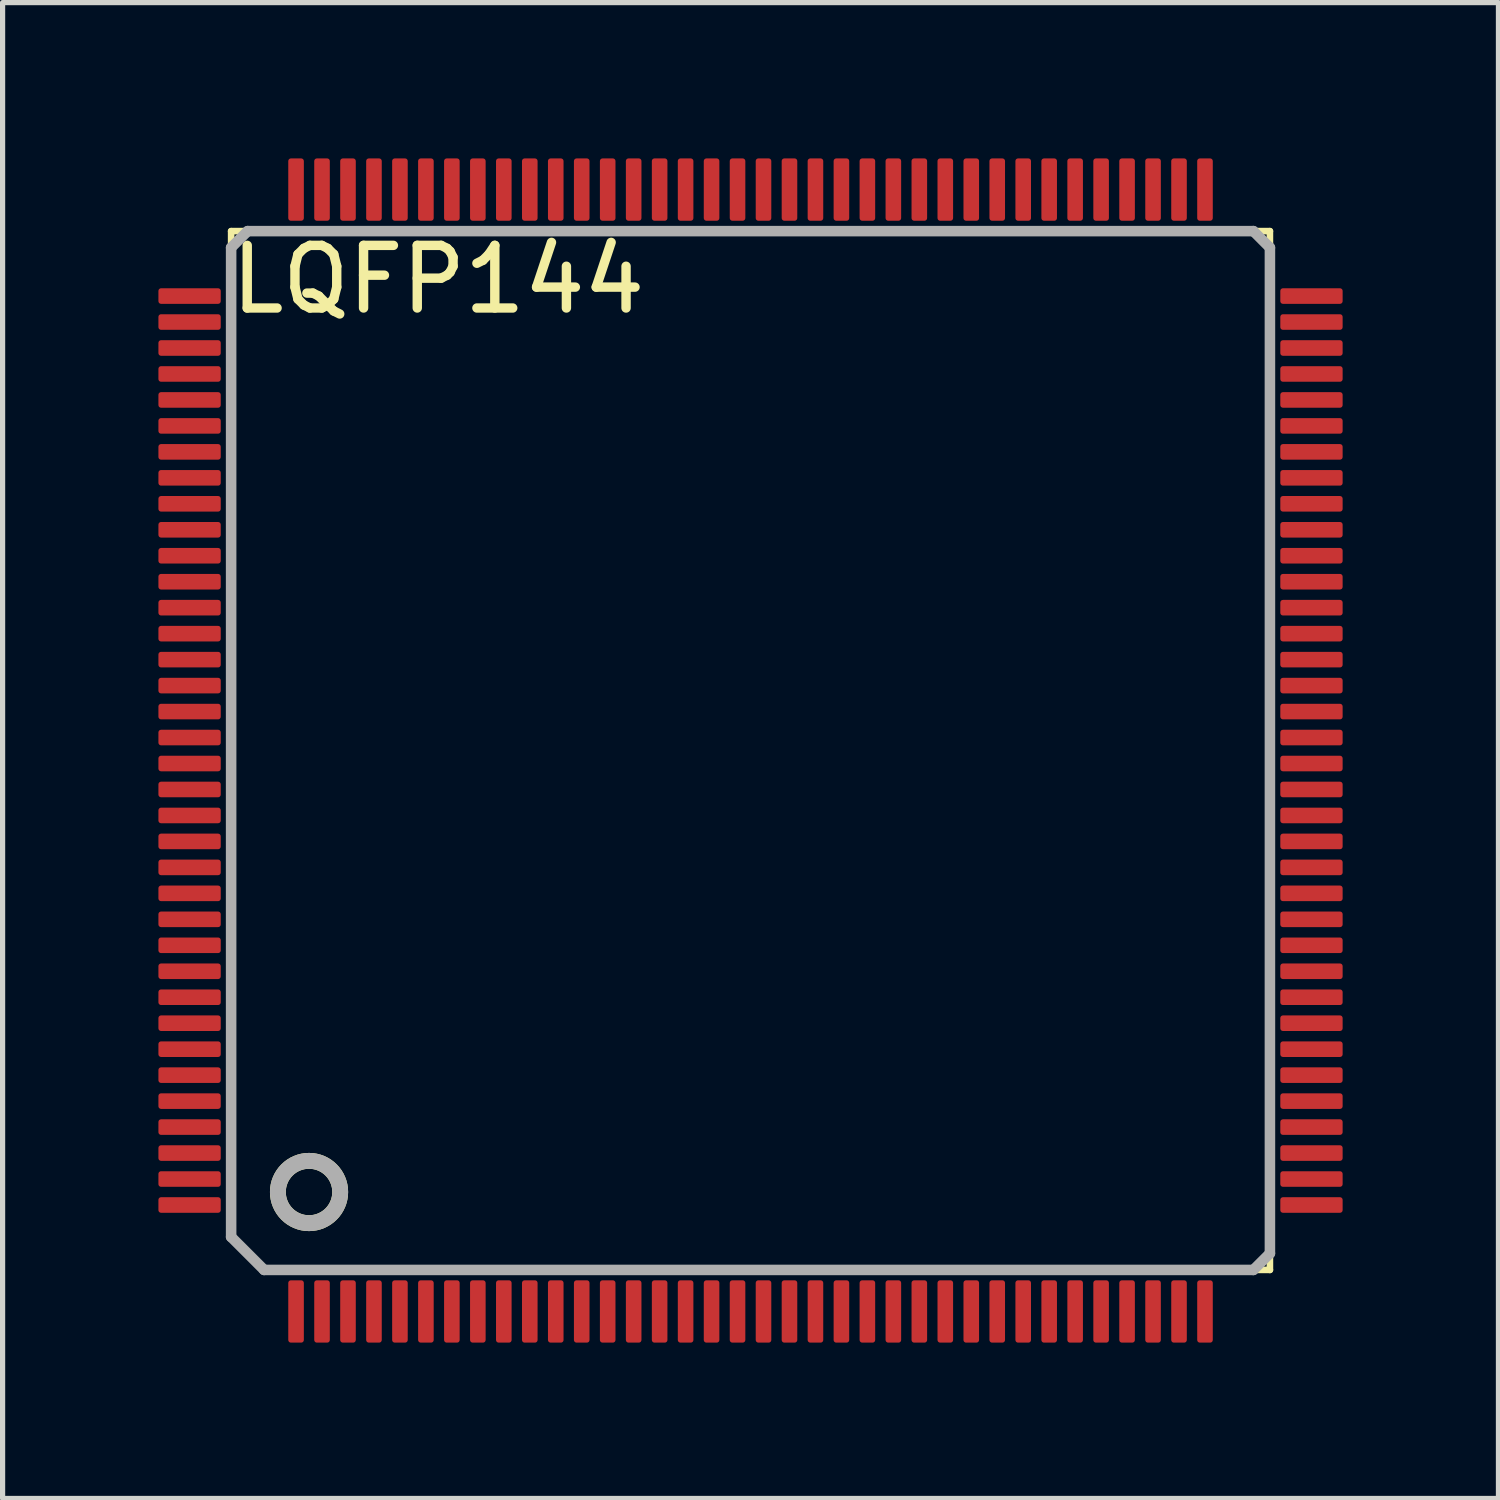
<source format=kicad_pcb>
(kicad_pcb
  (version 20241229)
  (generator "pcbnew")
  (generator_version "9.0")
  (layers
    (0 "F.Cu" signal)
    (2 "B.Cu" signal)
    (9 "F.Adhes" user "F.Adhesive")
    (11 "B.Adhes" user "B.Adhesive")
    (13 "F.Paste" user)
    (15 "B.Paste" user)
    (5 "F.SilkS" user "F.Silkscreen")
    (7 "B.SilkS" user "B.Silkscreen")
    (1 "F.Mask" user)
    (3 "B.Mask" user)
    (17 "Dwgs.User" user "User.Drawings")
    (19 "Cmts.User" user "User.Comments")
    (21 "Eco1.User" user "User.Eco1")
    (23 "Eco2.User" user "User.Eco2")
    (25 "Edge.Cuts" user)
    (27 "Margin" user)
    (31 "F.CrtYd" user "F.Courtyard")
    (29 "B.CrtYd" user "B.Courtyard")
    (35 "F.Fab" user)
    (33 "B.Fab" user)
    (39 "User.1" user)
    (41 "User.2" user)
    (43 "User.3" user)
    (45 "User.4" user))
  (footprint "LQFP144"
    (layer "F.Cu")
    (at 11.4 11.4)
    (property "Reference" "LQFP144" (at -10.096 -8.363 180) (layer "F.SilkS") (effects (font (size 1.206 1.206) (thickness 0.181)) (justify left bottom)))
    (attr through_hole)
    (fp_line (start -10 -10) (end -9 -10) (stroke (width 0.127) (type solid)) (layer "F.SilkS"))
    (fp_line (start -10 -9) (end -10 -10) (stroke (width 0.127) (type solid)) (layer "F.SilkS"))
    (fp_line (start -10 9) (end -10 9.4) (stroke (width 0.127) (type solid)) (layer "F.SilkS"))
    (fp_line (start -10 9.4) (end -9.4 10) (stroke (width 0.127) (type solid)) (layer "F.SilkS"))
    (fp_line (start -9.4 10) (end -9 10) (stroke (width 0.127) (type solid)) (layer "F.SilkS"))
    (fp_line (start 9 10) (end 10 10) (stroke (width 0.127) (type solid)) (layer "F.SilkS"))
    (fp_line (start 10 -10) (end 9 -10) (stroke (width 0.127) (type solid)) (layer "F.SilkS"))
    (fp_line (start 10 -9) (end 10 -10) (stroke (width 0.127) (type solid)) (layer "F.SilkS"))
    (fp_line (start 10 10) (end 10 9.2) (stroke (width 0.127) (type solid)) (layer "F.SilkS"))
    (fp_circle (center -8.5 8.5) (end -7.9 8.5) (stroke (width 0.305) (type solid)) (fill no) (layer "F.SilkS"))
    (fp_line (start -10 -9.682) (end -9.682 -10) (stroke (width 0.203) (type solid)) (layer "F.Fab"))
    (fp_line (start -10 9.365) (end -10 -9.682) (stroke (width 0.203) (type solid)) (layer "F.Fab"))
    (fp_line (start -9.682 -10) (end 9.682 -10) (stroke (width 0.203) (type solid)) (layer "F.Fab"))
    (fp_line (start -9.365 10) (end -10 9.365) (stroke (width 0.203) (type solid)) (layer "F.Fab"))
    (fp_line (start 9.682 -10) (end 10 -9.682) (stroke (width 0.203) (type solid)) (layer "F.Fab"))
    (fp_line (start 9.682 10) (end -9.365 10) (stroke (width 0.203) (type solid)) (layer "F.Fab"))
    (fp_line (start 10 -9.682) (end 10 9.682) (stroke (width 0.203) (type solid)) (layer "F.Fab"))
    (fp_line (start 10 9.682) (end 9.682 10) (stroke (width 0.203) (type solid)) (layer "F.Fab"))
    (fp_circle (center -8.5 8.5) (end -7.9 8.5) (stroke (width 0.305) (type solid)) (fill no) (layer "F.Fab"))
    (pad "1" smd roundrect (at -8.75 10.8) (size 0.3 1.2) (layers "F.Cu" "F.Mask" "F.Paste") (roundrect_rratio 0.169))
    (pad "2" smd roundrect (at -8.25 10.8) (size 0.3 1.2) (layers "F.Cu" "F.Mask" "F.Paste") (roundrect_rratio 0.169))
    (pad "3" smd roundrect (at -7.75 10.8) (size 0.3 1.2) (layers "F.Cu" "F.Mask" "F.Paste") (roundrect_rratio 0.169))
    (pad "4" smd roundrect (at -7.25 10.8) (size 0.3 1.2) (layers "F.Cu" "F.Mask" "F.Paste") (roundrect_rratio 0.169))
    (pad "5" smd roundrect (at -6.75 10.8) (size 0.3 1.2) (layers "F.Cu" "F.Mask" "F.Paste") (roundrect_rratio 0.169))
    (pad "6" smd roundrect (at -6.25 10.8) (size 0.3 1.2) (layers "F.Cu" "F.Mask" "F.Paste") (roundrect_rratio 0.169))
    (pad "7" smd roundrect (at -5.75 10.8) (size 0.3 1.2) (layers "F.Cu" "F.Mask" "F.Paste") (roundrect_rratio 0.169))
    (pad "8" smd roundrect (at -5.25 10.8) (size 0.3 1.2) (layers "F.Cu" "F.Mask" "F.Paste") (roundrect_rratio 0.169))
    (pad "9" smd roundrect (at -4.75 10.8) (size 0.3 1.2) (layers "F.Cu" "F.Mask" "F.Paste") (roundrect_rratio 0.169))
    (pad "10" smd roundrect (at -4.25 10.8) (size 0.3 1.2) (layers "F.Cu" "F.Mask" "F.Paste") (roundrect_rratio 0.169))
    (pad "11" smd roundrect (at -3.75 10.8) (size 0.3 1.2) (layers "F.Cu" "F.Mask" "F.Paste") (roundrect_rratio 0.169))
    (pad "12" smd roundrect (at -3.25 10.8) (size 0.3 1.2) (layers "F.Cu" "F.Mask" "F.Paste") (roundrect_rratio 0.169))
    (pad "13" smd roundrect (at -2.75 10.8) (size 0.3 1.2) (layers "F.Cu" "F.Mask" "F.Paste") (roundrect_rratio 0.169))
    (pad "14" smd roundrect (at -2.25 10.8) (size 0.3 1.2) (layers "F.Cu" "F.Mask" "F.Paste") (roundrect_rratio 0.169))
    (pad "15" smd roundrect (at -1.75 10.8) (size 0.3 1.2) (layers "F.Cu" "F.Mask" "F.Paste") (roundrect_rratio 0.169))
    (pad "16" smd roundrect (at -1.25 10.8) (size 0.3 1.2) (layers "F.Cu" "F.Mask" "F.Paste") (roundrect_rratio 0.169))
    (pad "17" smd roundrect (at -0.75 10.8) (size 0.3 1.2) (layers "F.Cu" "F.Mask" "F.Paste") (roundrect_rratio 0.169))
    (pad "18" smd roundrect (at -0.25 10.8) (size 0.3 1.2) (layers "F.Cu" "F.Mask" "F.Paste") (roundrect_rratio 0.169))
    (pad "19" smd roundrect (at 0.25 10.8) (size 0.3 1.2) (layers "F.Cu" "F.Mask" "F.Paste") (roundrect_rratio 0.169))
    (pad "20" smd roundrect (at 0.75 10.8) (size 0.3 1.2) (layers "F.Cu" "F.Mask" "F.Paste") (roundrect_rratio 0.169))
    (pad "21" smd roundrect (at 1.25 10.8) (size 0.3 1.2) (layers "F.Cu" "F.Mask" "F.Paste") (roundrect_rratio 0.169))
    (pad "22" smd roundrect (at 1.75 10.8) (size 0.3 1.2) (layers "F.Cu" "F.Mask" "F.Paste") (roundrect_rratio 0.169))
    (pad "23" smd roundrect (at 2.25 10.8) (size 0.3 1.2) (layers "F.Cu" "F.Mask" "F.Paste") (roundrect_rratio 0.169))
    (pad "24" smd roundrect (at 2.75 10.8) (size 0.3 1.2) (layers "F.Cu" "F.Mask" "F.Paste") (roundrect_rratio 0.169))
    (pad "25" smd roundrect (at 3.25 10.8) (size 0.3 1.2) (layers "F.Cu" "F.Mask" "F.Paste") (roundrect_rratio 0.169))
    (pad "26" smd roundrect (at 3.75 10.8) (size 0.3 1.2) (layers "F.Cu" "F.Mask" "F.Paste") (roundrect_rratio 0.169))
    (pad "27" smd roundrect (at 4.25 10.8) (size 0.3 1.2) (layers "F.Cu" "F.Mask" "F.Paste") (roundrect_rratio 0.169))
    (pad "28" smd roundrect (at 4.75 10.8) (size 0.3 1.2) (layers "F.Cu" "F.Mask" "F.Paste") (roundrect_rratio 0.169))
    (pad "29" smd roundrect (at 5.25 10.8) (size 0.3 1.2) (layers "F.Cu" "F.Mask" "F.Paste") (roundrect_rratio 0.169))
    (pad "30" smd roundrect (at 5.75 10.8) (size 0.3 1.2) (layers "F.Cu" "F.Mask" "F.Paste") (roundrect_rratio 0.169))
    (pad "31" smd roundrect (at 6.25 10.8) (size 0.3 1.2) (layers "F.Cu" "F.Mask" "F.Paste") (roundrect_rratio 0.169))
    (pad "32" smd roundrect (at 6.75 10.8) (size 0.3 1.2) (layers "F.Cu" "F.Mask" "F.Paste") (roundrect_rratio 0.169))
    (pad "33" smd roundrect (at 7.25 10.8) (size 0.3 1.2) (layers "F.Cu" "F.Mask" "F.Paste") (roundrect_rratio 0.169))
    (pad "34" smd roundrect (at 7.75 10.8) (size 0.3 1.2) (layers "F.Cu" "F.Mask" "F.Paste") (roundrect_rratio 0.169))
    (pad "35" smd roundrect (at 8.25 10.8) (size 0.3 1.2) (layers "F.Cu" "F.Mask" "F.Paste") (roundrect_rratio 0.169))
    (pad "36" smd roundrect (at 8.75 10.8) (size 0.3 1.2) (layers "F.Cu" "F.Mask" "F.Paste") (roundrect_rratio 0.169))
    (pad "37" smd roundrect (at 10.8 8.75) (size 1.2 0.3) (layers "F.Cu" "F.Mask" "F.Paste") (roundrect_rratio 0.169))
    (pad "38" smd roundrect (at 10.8 8.25) (size 1.2 0.3) (layers "F.Cu" "F.Mask" "F.Paste") (roundrect_rratio 0.169))
    (pad "39" smd roundrect (at 10.8 7.75) (size 1.2 0.3) (layers "F.Cu" "F.Mask" "F.Paste") (roundrect_rratio 0.169))
    (pad "40" smd roundrect (at 10.8 7.25) (size 1.2 0.3) (layers "F.Cu" "F.Mask" "F.Paste") (roundrect_rratio 0.169))
    (pad "41" smd roundrect (at 10.8 6.75) (size 1.2 0.3) (layers "F.Cu" "F.Mask" "F.Paste") (roundrect_rratio 0.169))
    (pad "42" smd roundrect (at 10.8 6.25) (size 1.2 0.3) (layers "F.Cu" "F.Mask" "F.Paste") (roundrect_rratio 0.169))
    (pad "43" smd roundrect (at 10.8 5.75) (size 1.2 0.3) (layers "F.Cu" "F.Mask" "F.Paste") (roundrect_rratio 0.169))
    (pad "44" smd roundrect (at 10.8 5.25) (size 1.2 0.3) (layers "F.Cu" "F.Mask" "F.Paste") (roundrect_rratio 0.169))
    (pad "45" smd roundrect (at 10.8 4.75) (size 1.2 0.3) (layers "F.Cu" "F.Mask" "F.Paste") (roundrect_rratio 0.169))
    (pad "46" smd roundrect (at 10.8 4.25) (size 1.2 0.3) (layers "F.Cu" "F.Mask" "F.Paste") (roundrect_rratio 0.169))
    (pad "47" smd roundrect (at 10.8 3.75) (size 1.2 0.3) (layers "F.Cu" "F.Mask" "F.Paste") (roundrect_rratio 0.169))
    (pad "48" smd roundrect (at 10.8 3.25) (size 1.2 0.3) (layers "F.Cu" "F.Mask" "F.Paste") (roundrect_rratio 0.169))
    (pad "49" smd roundrect (at 10.8 2.75) (size 1.2 0.3) (layers "F.Cu" "F.Mask" "F.Paste") (roundrect_rratio 0.169))
    (pad "50" smd roundrect (at 10.8 2.25) (size 1.2 0.3) (layers "F.Cu" "F.Mask" "F.Paste") (roundrect_rratio 0.169))
    (pad "51" smd roundrect (at 10.8 1.75) (size 1.2 0.3) (layers "F.Cu" "F.Mask" "F.Paste") (roundrect_rratio 0.169))
    (pad "52" smd roundrect (at 10.8 1.25) (size 1.2 0.3) (layers "F.Cu" "F.Mask" "F.Paste") (roundrect_rratio 0.169))
    (pad "53" smd roundrect (at 10.8 0.75) (size 1.2 0.3) (layers "F.Cu" "F.Mask" "F.Paste") (roundrect_rratio 0.169))
    (pad "54" smd roundrect (at 10.8 0.25) (size 1.2 0.3) (layers "F.Cu" "F.Mask" "F.Paste") (roundrect_rratio 0.169))
    (pad "55" smd roundrect (at 10.8 -0.25) (size 1.2 0.3) (layers "F.Cu" "F.Mask" "F.Paste") (roundrect_rratio 0.169))
    (pad "56" smd roundrect (at 10.8 -0.75) (size 1.2 0.3) (layers "F.Cu" "F.Mask" "F.Paste") (roundrect_rratio 0.169))
    (pad "57" smd roundrect (at 10.8 -1.25) (size 1.2 0.3) (layers "F.Cu" "F.Mask" "F.Paste") (roundrect_rratio 0.169))
    (pad "58" smd roundrect (at 10.8 -1.75) (size 1.2 0.3) (layers "F.Cu" "F.Mask" "F.Paste") (roundrect_rratio 0.169))
    (pad "59" smd roundrect (at 10.8 -2.25) (size 1.2 0.3) (layers "F.Cu" "F.Mask" "F.Paste") (roundrect_rratio 0.169))
    (pad "60" smd roundrect (at 10.8 -2.75) (size 1.2 0.3) (layers "F.Cu" "F.Mask" "F.Paste") (roundrect_rratio 0.169))
    (pad "61" smd roundrect (at 10.8 -3.25) (size 1.2 0.3) (layers "F.Cu" "F.Mask" "F.Paste") (roundrect_rratio 0.169))
    (pad "62" smd roundrect (at 10.8 -3.75) (size 1.2 0.3) (layers "F.Cu" "F.Mask" "F.Paste") (roundrect_rratio 0.169))
    (pad "63" smd roundrect (at 10.8 -4.25) (size 1.2 0.3) (layers "F.Cu" "F.Mask" "F.Paste") (roundrect_rratio 0.169))
    (pad "64" smd roundrect (at 10.8 -4.75) (size 1.2 0.3) (layers "F.Cu" "F.Mask" "F.Paste") (roundrect_rratio 0.169))
    (pad "65" smd roundrect (at 10.8 -5.25) (size 1.2 0.3) (layers "F.Cu" "F.Mask" "F.Paste") (roundrect_rratio 0.169))
    (pad "66" smd roundrect (at 10.8 -5.75) (size 1.2 0.3) (layers "F.Cu" "F.Mask" "F.Paste") (roundrect_rratio 0.169))
    (pad "67" smd roundrect (at 10.8 -6.25) (size 1.2 0.3) (layers "F.Cu" "F.Mask" "F.Paste") (roundrect_rratio 0.169))
    (pad "68" smd roundrect (at 10.8 -6.75) (size 1.2 0.3) (layers "F.Cu" "F.Mask" "F.Paste") (roundrect_rratio 0.169))
    (pad "69" smd roundrect (at 10.8 -7.25) (size 1.2 0.3) (layers "F.Cu" "F.Mask" "F.Paste") (roundrect_rratio 0.169))
    (pad "70" smd roundrect (at 10.8 -7.75) (size 1.2 0.3) (layers "F.Cu" "F.Mask" "F.Paste") (roundrect_rratio 0.169))
    (pad "71" smd roundrect (at 10.8 -8.25) (size 1.2 0.3) (layers "F.Cu" "F.Mask" "F.Paste") (roundrect_rratio 0.169))
    (pad "72" smd roundrect (at 10.8 -8.75) (size 1.2 0.3) (layers "F.Cu" "F.Mask" "F.Paste") (roundrect_rratio 0.169))
    (pad "73" smd roundrect (at 8.75 -10.8) (size 0.3 1.2) (layers "F.Cu" "F.Mask" "F.Paste") (roundrect_rratio 0.169))
    (pad "74" smd roundrect (at 8.25 -10.8) (size 0.3 1.2) (layers "F.Cu" "F.Mask" "F.Paste") (roundrect_rratio 0.169))
    (pad "75" smd roundrect (at 7.75 -10.8) (size 0.3 1.2) (layers "F.Cu" "F.Mask" "F.Paste") (roundrect_rratio 0.169))
    (pad "76" smd roundrect (at 7.25 -10.8) (size 0.3 1.2) (layers "F.Cu" "F.Mask" "F.Paste") (roundrect_rratio 0.169))
    (pad "77" smd roundrect (at 6.75 -10.8) (size 0.3 1.2) (layers "F.Cu" "F.Mask" "F.Paste") (roundrect_rratio 0.169))
    (pad "78" smd roundrect (at 6.25 -10.8) (size 0.3 1.2) (layers "F.Cu" "F.Mask" "F.Paste") (roundrect_rratio 0.169))
    (pad "79" smd roundrect (at 5.75 -10.8) (size 0.3 1.2) (layers "F.Cu" "F.Mask" "F.Paste") (roundrect_rratio 0.169))
    (pad "80" smd roundrect (at 5.25 -10.8) (size 0.3 1.2) (layers "F.Cu" "F.Mask" "F.Paste") (roundrect_rratio 0.169))
    (pad "81" smd roundrect (at 4.75 -10.8) (size 0.3 1.2) (layers "F.Cu" "F.Mask" "F.Paste") (roundrect_rratio 0.169))
    (pad "82" smd roundrect (at 4.25 -10.8) (size 0.3 1.2) (layers "F.Cu" "F.Mask" "F.Paste") (roundrect_rratio 0.169))
    (pad "83" smd roundrect (at 3.75 -10.8) (size 0.3 1.2) (layers "F.Cu" "F.Mask" "F.Paste") (roundrect_rratio 0.169))
    (pad "84" smd roundrect (at 3.25 -10.8) (size 0.3 1.2) (layers "F.Cu" "F.Mask" "F.Paste") (roundrect_rratio 0.169))
    (pad "85" smd roundrect (at 2.75 -10.8) (size 0.3 1.2) (layers "F.Cu" "F.Mask" "F.Paste") (roundrect_rratio 0.169))
    (pad "86" smd roundrect (at 2.25 -10.8) (size 0.3 1.2) (layers "F.Cu" "F.Mask" "F.Paste") (roundrect_rratio 0.169))
    (pad "87" smd roundrect (at 1.75 -10.8) (size 0.3 1.2) (layers "F.Cu" "F.Mask" "F.Paste") (roundrect_rratio 0.169))
    (pad "88" smd roundrect (at 1.25 -10.8) (size 0.3 1.2) (layers "F.Cu" "F.Mask" "F.Paste") (roundrect_rratio 0.169))
    (pad "89" smd roundrect (at 0.75 -10.8) (size 0.3 1.2) (layers "F.Cu" "F.Mask" "F.Paste") (roundrect_rratio 0.169))
    (pad "90" smd roundrect (at 0.25 -10.8) (size 0.3 1.2) (layers "F.Cu" "F.Mask" "F.Paste") (roundrect_rratio 0.169))
    (pad "91" smd roundrect (at -0.25 -10.8) (size 0.3 1.2) (layers "F.Cu" "F.Mask" "F.Paste") (roundrect_rratio 0.169))
    (pad "92" smd roundrect (at -0.75 -10.8) (size 0.3 1.2) (layers "F.Cu" "F.Mask" "F.Paste") (roundrect_rratio 0.169))
    (pad "93" smd roundrect (at -1.25 -10.8) (size 0.3 1.2) (layers "F.Cu" "F.Mask" "F.Paste") (roundrect_rratio 0.169))
    (pad "94" smd roundrect (at -1.75 -10.8) (size 0.3 1.2) (layers "F.Cu" "F.Mask" "F.Paste") (roundrect_rratio 0.169))
    (pad "95" smd roundrect (at -2.25 -10.8) (size 0.3 1.2) (layers "F.Cu" "F.Mask" "F.Paste") (roundrect_rratio 0.169))
    (pad "96" smd roundrect (at -2.75 -10.8) (size 0.3 1.2) (layers "F.Cu" "F.Mask" "F.Paste") (roundrect_rratio 0.169))
    (pad "97" smd roundrect (at -3.25 -10.8) (size 0.3 1.2) (layers "F.Cu" "F.Mask" "F.Paste") (roundrect_rratio 0.169))
    (pad "98" smd roundrect (at -3.75 -10.8) (size 0.3 1.2) (layers "F.Cu" "F.Mask" "F.Paste") (roundrect_rratio 0.169))
    (pad "99" smd roundrect (at -4.25 -10.8) (size 0.3 1.2) (layers "F.Cu" "F.Mask" "F.Paste") (roundrect_rratio 0.169))
    (pad "100" smd roundrect (at -4.75 -10.8) (size 0.3 1.2) (layers "F.Cu" "F.Mask" "F.Paste") (roundrect_rratio 0.169))
    (pad "101" smd roundrect (at -5.25 -10.8) (size 0.3 1.2) (layers "F.Cu" "F.Mask" "F.Paste") (roundrect_rratio 0.169))
    (pad "102" smd roundrect (at -5.75 -10.8) (size 0.3 1.2) (layers "F.Cu" "F.Mask" "F.Paste") (roundrect_rratio 0.169))
    (pad "103" smd roundrect (at -6.25 -10.8) (size 0.3 1.2) (layers "F.Cu" "F.Mask" "F.Paste") (roundrect_rratio 0.169))
    (pad "104" smd roundrect (at -6.75 -10.8) (size 0.3 1.2) (layers "F.Cu" "F.Mask" "F.Paste") (roundrect_rratio 0.169))
    (pad "105" smd roundrect (at -7.25 -10.8) (size 0.3 1.2) (layers "F.Cu" "F.Mask" "F.Paste") (roundrect_rratio 0.169))
    (pad "106" smd roundrect (at -7.75 -10.8) (size 0.3 1.2) (layers "F.Cu" "F.Mask" "F.Paste") (roundrect_rratio 0.169))
    (pad "107" smd roundrect (at -8.25 -10.8) (size 0.3 1.2) (layers "F.Cu" "F.Mask" "F.Paste") (roundrect_rratio 0.169))
    (pad "108" smd roundrect (at -8.75 -10.8) (size 0.3 1.2) (layers "F.Cu" "F.Mask" "F.Paste") (roundrect_rratio 0.169))
    (pad "109" smd roundrect (at -10.8 -8.75) (size 1.2 0.3) (layers "F.Cu" "F.Mask" "F.Paste") (roundrect_rratio 0.169))
    (pad "110" smd roundrect (at -10.8 -8.25) (size 1.2 0.3) (layers "F.Cu" "F.Mask" "F.Paste") (roundrect_rratio 0.169))
    (pad "111" smd roundrect (at -10.8 -7.75) (size 1.2 0.3) (layers "F.Cu" "F.Mask" "F.Paste") (roundrect_rratio 0.169))
    (pad "112" smd roundrect (at -10.8 -7.25) (size 1.2 0.3) (layers "F.Cu" "F.Mask" "F.Paste") (roundrect_rratio 0.169))
    (pad "113" smd roundrect (at -10.8 -6.75) (size 1.2 0.3) (layers "F.Cu" "F.Mask" "F.Paste") (roundrect_rratio 0.169))
    (pad "114" smd roundrect (at -10.8 -6.25) (size 1.2 0.3) (layers "F.Cu" "F.Mask" "F.Paste") (roundrect_rratio 0.169))
    (pad "115" smd roundrect (at -10.8 -5.75) (size 1.2 0.3) (layers "F.Cu" "F.Mask" "F.Paste") (roundrect_rratio 0.169))
    (pad "116" smd roundrect (at -10.8 -5.25) (size 1.2 0.3) (layers "F.Cu" "F.Mask" "F.Paste") (roundrect_rratio 0.169))
    (pad "117" smd roundrect (at -10.8 -4.75) (size 1.2 0.3) (layers "F.Cu" "F.Mask" "F.Paste") (roundrect_rratio 0.169))
    (pad "118" smd roundrect (at -10.8 -4.25) (size 1.2 0.3) (layers "F.Cu" "F.Mask" "F.Paste") (roundrect_rratio 0.169))
    (pad "119" smd roundrect (at -10.8 -3.75) (size 1.2 0.3) (layers "F.Cu" "F.Mask" "F.Paste") (roundrect_rratio 0.169))
    (pad "120" smd roundrect (at -10.8 -3.25) (size 1.2 0.3) (layers "F.Cu" "F.Mask" "F.Paste") (roundrect_rratio 0.169))
    (pad "121" smd roundrect (at -10.8 -2.75) (size 1.2 0.3) (layers "F.Cu" "F.Mask" "F.Paste") (roundrect_rratio 0.169))
    (pad "122" smd roundrect (at -10.8 -2.25) (size 1.2 0.3) (layers "F.Cu" "F.Mask" "F.Paste") (roundrect_rratio 0.169))
    (pad "123" smd roundrect (at -10.8 -1.75) (size 1.2 0.3) (layers "F.Cu" "F.Mask" "F.Paste") (roundrect_rratio 0.169))
    (pad "124" smd roundrect (at -10.8 -1.25) (size 1.2 0.3) (layers "F.Cu" "F.Mask" "F.Paste") (roundrect_rratio 0.169))
    (pad "125" smd roundrect (at -10.8 -0.75) (size 1.2 0.3) (layers "F.Cu" "F.Mask" "F.Paste") (roundrect_rratio 0.169))
    (pad "126" smd roundrect (at -10.8 -0.25) (size 1.2 0.3) (layers "F.Cu" "F.Mask" "F.Paste") (roundrect_rratio 0.169))
    (pad "127" smd roundrect (at -10.8 0.25) (size 1.2 0.3) (layers "F.Cu" "F.Mask" "F.Paste") (roundrect_rratio 0.169))
    (pad "128" smd roundrect (at -10.8 0.75) (size 1.2 0.3) (layers "F.Cu" "F.Mask" "F.Paste") (roundrect_rratio 0.169))
    (pad "129" smd roundrect (at -10.8 1.25) (size 1.2 0.3) (layers "F.Cu" "F.Mask" "F.Paste") (roundrect_rratio 0.169))
    (pad "130" smd roundrect (at -10.8 1.75) (size 1.2 0.3) (layers "F.Cu" "F.Mask" "F.Paste") (roundrect_rratio 0.169))
    (pad "131" smd roundrect (at -10.8 2.25) (size 1.2 0.3) (layers "F.Cu" "F.Mask" "F.Paste") (roundrect_rratio 0.169))
    (pad "132" smd roundrect (at -10.8 2.75) (size 1.2 0.3) (layers "F.Cu" "F.Mask" "F.Paste") (roundrect_rratio 0.169))
    (pad "133" smd roundrect (at -10.8 3.25) (size 1.2 0.3) (layers "F.Cu" "F.Mask" "F.Paste") (roundrect_rratio 0.169))
    (pad "134" smd roundrect (at -10.8 3.75) (size 1.2 0.3) (layers "F.Cu" "F.Mask" "F.Paste") (roundrect_rratio 0.169))
    (pad "135" smd roundrect (at -10.8 4.25) (size 1.2 0.3) (layers "F.Cu" "F.Mask" "F.Paste") (roundrect_rratio 0.169))
    (pad "136" smd roundrect (at -10.8 4.75) (size 1.2 0.3) (layers "F.Cu" "F.Mask" "F.Paste") (roundrect_rratio 0.169))
    (pad "137" smd roundrect (at -10.8 5.25) (size 1.2 0.3) (layers "F.Cu" "F.Mask" "F.Paste") (roundrect_rratio 0.169))
    (pad "138" smd roundrect (at -10.8 5.75) (size 1.2 0.3) (layers "F.Cu" "F.Mask" "F.Paste") (roundrect_rratio 0.169))
    (pad "139" smd roundrect (at -10.8 6.25) (size 1.2 0.3) (layers "F.Cu" "F.Mask" "F.Paste") (roundrect_rratio 0.169))
    (pad "140" smd roundrect (at -10.8 6.75) (size 1.2 0.3) (layers "F.Cu" "F.Mask" "F.Paste") (roundrect_rratio 0.169))
    (pad "141" smd roundrect (at -10.8 7.25) (size 1.2 0.3) (layers "F.Cu" "F.Mask" "F.Paste") (roundrect_rratio 0.169))
    (pad "142" smd roundrect (at -10.8 7.75) (size 1.2 0.3) (layers "F.Cu" "F.Mask" "F.Paste") (roundrect_rratio 0.169))
    (pad "143" smd roundrect (at -10.8 8.25) (size 1.2 0.3) (layers "F.Cu" "F.Mask" "F.Paste") (roundrect_rratio 0.169))
    (pad "144" smd roundrect (at -10.8 8.75) (size 1.2 0.3) (layers "F.Cu" "F.Mask" "F.Paste") (roundrect_rratio 0.169)))
  (gr_rect
    (start -3 -3)
    (end 25.8 25.8)
    (stroke (width 0.1) (type default))
    (fill no)
    (layer "Edge.Cuts")))
</source>
